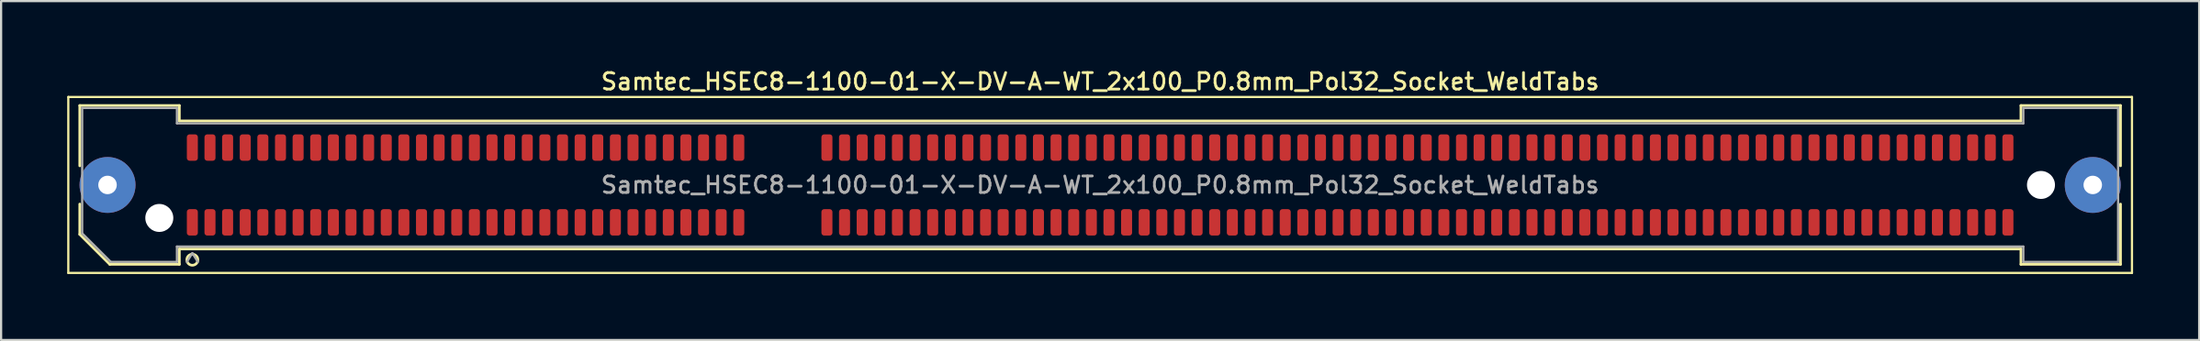
<source format=kicad_pcb>
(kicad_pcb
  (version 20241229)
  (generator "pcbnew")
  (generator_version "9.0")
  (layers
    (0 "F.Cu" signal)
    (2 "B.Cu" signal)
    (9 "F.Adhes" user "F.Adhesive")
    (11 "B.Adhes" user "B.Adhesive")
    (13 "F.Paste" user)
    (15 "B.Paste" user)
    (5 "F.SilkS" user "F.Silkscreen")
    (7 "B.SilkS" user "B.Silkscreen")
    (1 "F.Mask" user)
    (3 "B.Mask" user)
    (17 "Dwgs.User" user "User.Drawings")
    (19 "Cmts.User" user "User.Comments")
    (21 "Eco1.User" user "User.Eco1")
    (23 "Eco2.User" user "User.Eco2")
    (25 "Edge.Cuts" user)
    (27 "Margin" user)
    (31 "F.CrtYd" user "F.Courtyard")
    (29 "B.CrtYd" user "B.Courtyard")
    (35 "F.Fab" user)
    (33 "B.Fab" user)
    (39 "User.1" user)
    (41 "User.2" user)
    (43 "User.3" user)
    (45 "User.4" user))
  (footprint "Samtec_HSEC8-1100-01-X-DV-A-WT_2x100_P0.8mm_Pol32_Socket_WeldTabs"
    (layer "F.Cu")
    (at 46.88 5.358)
    (property "Reference" "Samtec_HSEC8-1100-01-X-DV-A-WT_2x100_P0.8mm_Pol32_Socket_WeldTabs" (at 0 -4.7 0) (layer "F.SilkS") (effects (font (size 0.75 0.75) (thickness 0.125))))
    (attr smd)
    (fp_line (start -46.83 -4) (end -46.83 4) (stroke (width 0.1) (type solid)) (layer "F.SilkS"))
    (fp_line (start -46.83 4) (end 46.83 4) (stroke (width 0.1) (type solid)) (layer "F.SilkS"))
    (fp_line (start -46.31 -3.61) (end -41.79 -3.61) (stroke (width 0.12) (type solid)) (layer "F.SilkS"))
    (fp_line (start -46.31 -0.868) (end -46.31 -3.61) (stroke (width 0.12) (type solid)) (layer "F.SilkS"))
    (fp_line (start -46.31 2.246) (end -46.31 0.868) (stroke (width 0.12) (type solid)) (layer "F.SilkS"))
    (fp_line (start -44.946 3.61) (end -46.31 2.246) (stroke (width 0.12) (type solid)) (layer "F.SilkS"))
    (fp_line (start -41.79 -3.61) (end -41.79 -2.91) (stroke (width 0.12) (type solid)) (layer "F.SilkS"))
    (fp_line (start -41.79 -2.91) (end 41.79 -2.91) (stroke (width 0.12) (type solid)) (layer "F.SilkS"))
    (fp_line (start -41.79 2.91) (end -41.79 3.61) (stroke (width 0.12) (type solid)) (layer "F.SilkS"))
    (fp_line (start -41.79 3.61) (end -44.946 3.61) (stroke (width 0.12) (type solid)) (layer "F.SilkS"))
    (fp_line (start 41.79 -3.61) (end 46.31 -3.61) (stroke (width 0.12) (type solid)) (layer "F.SilkS"))
    (fp_line (start 41.79 -2.91) (end 41.79 -3.61) (stroke (width 0.12) (type solid)) (layer "F.SilkS"))
    (fp_line (start 41.79 2.91) (end -41.79 2.91) (stroke (width 0.12) (type solid)) (layer "F.SilkS"))
    (fp_line (start 41.79 3.61) (end 41.79 2.91) (stroke (width 0.12) (type solid)) (layer "F.SilkS"))
    (fp_line (start 46.31 -3.61) (end 46.31 -0.868) (stroke (width 0.12) (type solid)) (layer "F.SilkS"))
    (fp_line (start 46.31 0.868) (end 46.31 3.61) (stroke (width 0.12) (type solid)) (layer "F.SilkS"))
    (fp_line (start 46.31 3.61) (end 41.79 3.61) (stroke (width 0.12) (type solid)) (layer "F.SilkS"))
    (fp_line (start 46.83 -4) (end -46.83 -4) (stroke (width 0.1) (type solid)) (layer "F.SilkS"))
    (fp_line (start 46.83 4) (end 46.83 -4) (stroke (width 0.1) (type solid)) (layer "F.SilkS"))
    (fp_arc (start -40.95 3.4) (mid -41.45 3.4) (end -40.95 3.4) (stroke (width 0.12) (type solid)) (layer "F.SilkS"))
    (fp_line (start -46.2 -3.5) (end -41.9 -3.5) (stroke (width 0.1) (type solid)) (layer "F.Fab"))
    (fp_line (start -46.2 2.2) (end -46.2 -3.5) (stroke (width 0.1) (type solid)) (layer "F.Fab"))
    (fp_line (start -44.9 3.5) (end -46.2 2.2) (stroke (width 0.1) (type solid)) (layer "F.Fab"))
    (fp_line (start -41.9 -3.5) (end -41.9 -2.8) (stroke (width 0.1) (type solid)) (layer "F.Fab"))
    (fp_line (start -41.9 -2.8) (end 41.9 -2.8) (stroke (width 0.1) (type solid)) (layer "F.Fab"))
    (fp_line (start -41.9 2.8) (end -41.9 3.5) (stroke (width 0.1) (type solid)) (layer "F.Fab"))
    (fp_line (start -41.9 3.5) (end -44.9 3.5) (stroke (width 0.1) (type solid)) (layer "F.Fab"))
    (fp_line (start -41.2 3.1) (end -41.45 3.5) (stroke (width 0.1) (type solid)) (layer "F.Fab"))
    (fp_line (start -41.2 3.1) (end -40.95 3.5) (stroke (width 0.1) (type solid)) (layer "F.Fab"))
    (fp_line (start 41.9 -3.5) (end 46.2 -3.5) (stroke (width 0.1) (type solid)) (layer "F.Fab"))
    (fp_line (start 41.9 -2.8) (end 41.9 -3.5) (stroke (width 0.1) (type solid)) (layer "F.Fab"))
    (fp_line (start 41.9 2.8) (end -41.9 2.8) (stroke (width 0.1) (type solid)) (layer "F.Fab"))
    (fp_line (start 41.9 3.5) (end 41.9 2.8) (stroke (width 0.1) (type solid)) (layer "F.Fab"))
    (fp_line (start 46.2 -3.5) (end 46.2 3.5) (stroke (width 0.1) (type solid)) (layer "F.Fab"))
    (fp_line (start 46.2 3.5) (end 41.9 3.5) (stroke (width 0.1) (type solid)) (layer "F.Fab"))
    (fp_text user "${REFERENCE}" (at 0 0 0) (layer "F.Fab") (effects (font (size 0.75 0.75) (thickness 0.125))))
    (pad "" thru_hole circle (at -45.05 0) (size 2.54 2.54) (drill 0.84) (layers "*.Cu" "*.Mask" "F.Paste"))
    (pad "" np_thru_hole circle (at -42.7 1.5) (size 1.27 1.27) (drill 1.27) (layers "*.Cu" "*.Mask"))
    (pad "" np_thru_hole circle (at 42.7 0) (size 1.27 1.27) (drill 1.27) (layers "*.Cu" "*.Mask"))
    (pad "" thru_hole circle (at 45.05 0) (size 2.54 2.54) (drill 0.84) (layers "*.Cu" "*.Mask" "F.Paste"))
    (pad "1" smd roundrect (at -41.2 1.7) (size 0.5 1.2) (layers "F.Cu" "F.Mask" "F.Paste") (roundrect_rratio 0.25))
    (pad "2" smd roundrect (at -41.2 -1.7) (size 0.5 1.2) (layers "F.Cu" "F.Mask" "F.Paste") (roundrect_rratio 0.25))
    (pad "3" smd roundrect (at -40.4 1.7) (size 0.5 1.2) (layers "F.Cu" "F.Mask" "F.Paste") (roundrect_rratio 0.25))
    (pad "4" smd roundrect (at -40.4 -1.7) (size 0.5 1.2) (layers "F.Cu" "F.Mask" "F.Paste") (roundrect_rratio 0.25))
    (pad "5" smd roundrect (at -39.6 1.7) (size 0.5 1.2) (layers "F.Cu" "F.Mask" "F.Paste") (roundrect_rratio 0.25))
    (pad "6" smd roundrect (at -39.6 -1.7) (size 0.5 1.2) (layers "F.Cu" "F.Mask" "F.Paste") (roundrect_rratio 0.25))
    (pad "7" smd roundrect (at -38.8 1.7) (size 0.5 1.2) (layers "F.Cu" "F.Mask" "F.Paste") (roundrect_rratio 0.25))
    (pad "8" smd roundrect (at -38.8 -1.7) (size 0.5 1.2) (layers "F.Cu" "F.Mask" "F.Paste") (roundrect_rratio 0.25))
    (pad "9" smd roundrect (at -38 1.7) (size 0.5 1.2) (layers "F.Cu" "F.Mask" "F.Paste") (roundrect_rratio 0.25))
    (pad "10" smd roundrect (at -38 -1.7) (size 0.5 1.2) (layers "F.Cu" "F.Mask" "F.Paste") (roundrect_rratio 0.25))
    (pad "11" smd roundrect (at -37.2 1.7) (size 0.5 1.2) (layers "F.Cu" "F.Mask" "F.Paste") (roundrect_rratio 0.25))
    (pad "12" smd roundrect (at -37.2 -1.7) (size 0.5 1.2) (layers "F.Cu" "F.Mask" "F.Paste") (roundrect_rratio 0.25))
    (pad "13" smd roundrect (at -36.4 1.7) (size 0.5 1.2) (layers "F.Cu" "F.Mask" "F.Paste") (roundrect_rratio 0.25))
    (pad "14" smd roundrect (at -36.4 -1.7) (size 0.5 1.2) (layers "F.Cu" "F.Mask" "F.Paste") (roundrect_rratio 0.25))
    (pad "15" smd roundrect (at -35.6 1.7) (size 0.5 1.2) (layers "F.Cu" "F.Mask" "F.Paste") (roundrect_rratio 0.25))
    (pad "16" smd roundrect (at -35.6 -1.7) (size 0.5 1.2) (layers "F.Cu" "F.Mask" "F.Paste") (roundrect_rratio 0.25))
    (pad "17" smd roundrect (at -34.8 1.7) (size 0.5 1.2) (layers "F.Cu" "F.Mask" "F.Paste") (roundrect_rratio 0.25))
    (pad "18" smd roundrect (at -34.8 -1.7) (size 0.5 1.2) (layers "F.Cu" "F.Mask" "F.Paste") (roundrect_rratio 0.25))
    (pad "19" smd roundrect (at -34 1.7) (size 0.5 1.2) (layers "F.Cu" "F.Mask" "F.Paste") (roundrect_rratio 0.25))
    (pad "20" smd roundrect (at -34 -1.7) (size 0.5 1.2) (layers "F.Cu" "F.Mask" "F.Paste") (roundrect_rratio 0.25))
    (pad "21" smd roundrect (at -33.2 1.7) (size 0.5 1.2) (layers "F.Cu" "F.Mask" "F.Paste") (roundrect_rratio 0.25))
    (pad "22" smd roundrect (at -33.2 -1.7) (size 0.5 1.2) (layers "F.Cu" "F.Mask" "F.Paste") (roundrect_rratio 0.25))
    (pad "23" smd roundrect (at -32.4 1.7) (size 0.5 1.2) (layers "F.Cu" "F.Mask" "F.Paste") (roundrect_rratio 0.25))
    (pad "24" smd roundrect (at -32.4 -1.7) (size 0.5 1.2) (layers "F.Cu" "F.Mask" "F.Paste") (roundrect_rratio 0.25))
    (pad "25" smd roundrect (at -31.6 1.7) (size 0.5 1.2) (layers "F.Cu" "F.Mask" "F.Paste") (roundrect_rratio 0.25))
    (pad "26" smd roundrect (at -31.6 -1.7) (size 0.5 1.2) (layers "F.Cu" "F.Mask" "F.Paste") (roundrect_rratio 0.25))
    (pad "27" smd roundrect (at -30.8 1.7) (size 0.5 1.2) (layers "F.Cu" "F.Mask" "F.Paste") (roundrect_rratio 0.25))
    (pad "28" smd roundrect (at -30.8 -1.7) (size 0.5 1.2) (layers "F.Cu" "F.Mask" "F.Paste") (roundrect_rratio 0.25))
    (pad "29" smd roundrect (at -30 1.7) (size 0.5 1.2) (layers "F.Cu" "F.Mask" "F.Paste") (roundrect_rratio 0.25))
    (pad "30" smd roundrect (at -30 -1.7) (size 0.5 1.2) (layers "F.Cu" "F.Mask" "F.Paste") (roundrect_rratio 0.25))
    (pad "31" smd roundrect (at -29.2 1.7) (size 0.5 1.2) (layers "F.Cu" "F.Mask" "F.Paste") (roundrect_rratio 0.25))
    (pad "32" smd roundrect (at -29.2 -1.7) (size 0.5 1.2) (layers "F.Cu" "F.Mask" "F.Paste") (roundrect_rratio 0.25))
    (pad "33" smd roundrect (at -28.4 1.7) (size 0.5 1.2) (layers "F.Cu" "F.Mask" "F.Paste") (roundrect_rratio 0.25))
    (pad "34" smd roundrect (at -28.4 -1.7) (size 0.5 1.2) (layers "F.Cu" "F.Mask" "F.Paste") (roundrect_rratio 0.25))
    (pad "35" smd roundrect (at -27.6 1.7) (size 0.5 1.2) (layers "F.Cu" "F.Mask" "F.Paste") (roundrect_rratio 0.25))
    (pad "36" smd roundrect (at -27.6 -1.7) (size 0.5 1.2) (layers "F.Cu" "F.Mask" "F.Paste") (roundrect_rratio 0.25))
    (pad "37" smd roundrect (at -26.8 1.7) (size 0.5 1.2) (layers "F.Cu" "F.Mask" "F.Paste") (roundrect_rratio 0.25))
    (pad "38" smd roundrect (at -26.8 -1.7) (size 0.5 1.2) (layers "F.Cu" "F.Mask" "F.Paste") (roundrect_rratio 0.25))
    (pad "39" smd roundrect (at -26 1.7) (size 0.5 1.2) (layers "F.Cu" "F.Mask" "F.Paste") (roundrect_rratio 0.25))
    (pad "40" smd roundrect (at -26 -1.7) (size 0.5 1.2) (layers "F.Cu" "F.Mask" "F.Paste") (roundrect_rratio 0.25))
    (pad "41" smd roundrect (at -25.2 1.7) (size 0.5 1.2) (layers "F.Cu" "F.Mask" "F.Paste") (roundrect_rratio 0.25))
    (pad "42" smd roundrect (at -25.2 -1.7) (size 0.5 1.2) (layers "F.Cu" "F.Mask" "F.Paste") (roundrect_rratio 0.25))
    (pad "43" smd roundrect (at -24.4 1.7) (size 0.5 1.2) (layers "F.Cu" "F.Mask" "F.Paste") (roundrect_rratio 0.25))
    (pad "44" smd roundrect (at -24.4 -1.7) (size 0.5 1.2) (layers "F.Cu" "F.Mask" "F.Paste") (roundrect_rratio 0.25))
    (pad "45" smd roundrect (at -23.6 1.7) (size 0.5 1.2) (layers "F.Cu" "F.Mask" "F.Paste") (roundrect_rratio 0.25))
    (pad "46" smd roundrect (at -23.6 -1.7) (size 0.5 1.2) (layers "F.Cu" "F.Mask" "F.Paste") (roundrect_rratio 0.25))
    (pad "47" smd roundrect (at -22.8 1.7) (size 0.5 1.2) (layers "F.Cu" "F.Mask" "F.Paste") (roundrect_rratio 0.25))
    (pad "48" smd roundrect (at -22.8 -1.7) (size 0.5 1.2) (layers "F.Cu" "F.Mask" "F.Paste") (roundrect_rratio 0.25))
    (pad "49" smd roundrect (at -22 1.7) (size 0.5 1.2) (layers "F.Cu" "F.Mask" "F.Paste") (roundrect_rratio 0.25))
    (pad "50" smd roundrect (at -22 -1.7) (size 0.5 1.2) (layers "F.Cu" "F.Mask" "F.Paste") (roundrect_rratio 0.25))
    (pad "51" smd roundrect (at -21.2 1.7) (size 0.5 1.2) (layers "F.Cu" "F.Mask" "F.Paste") (roundrect_rratio 0.25))
    (pad "52" smd roundrect (at -21.2 -1.7) (size 0.5 1.2) (layers "F.Cu" "F.Mask" "F.Paste") (roundrect_rratio 0.25))
    (pad "53" smd roundrect (at -20.4 1.7) (size 0.5 1.2) (layers "F.Cu" "F.Mask" "F.Paste") (roundrect_rratio 0.25))
    (pad "54" smd roundrect (at -20.4 -1.7) (size 0.5 1.2) (layers "F.Cu" "F.Mask" "F.Paste") (roundrect_rratio 0.25))
    (pad "55" smd roundrect (at -19.6 1.7) (size 0.5 1.2) (layers "F.Cu" "F.Mask" "F.Paste") (roundrect_rratio 0.25))
    (pad "56" smd roundrect (at -19.6 -1.7) (size 0.5 1.2) (layers "F.Cu" "F.Mask" "F.Paste") (roundrect_rratio 0.25))
    (pad "57" smd roundrect (at -18.8 1.7) (size 0.5 1.2) (layers "F.Cu" "F.Mask" "F.Paste") (roundrect_rratio 0.25))
    (pad "58" smd roundrect (at -18.8 -1.7) (size 0.5 1.2) (layers "F.Cu" "F.Mask" "F.Paste") (roundrect_rratio 0.25))
    (pad "59" smd roundrect (at -18 1.7) (size 0.5 1.2) (layers "F.Cu" "F.Mask" "F.Paste") (roundrect_rratio 0.25))
    (pad "60" smd roundrect (at -18 -1.7) (size 0.5 1.2) (layers "F.Cu" "F.Mask" "F.Paste") (roundrect_rratio 0.25))
    (pad "61" smd roundrect (at -17.2 1.7) (size 0.5 1.2) (layers "F.Cu" "F.Mask" "F.Paste") (roundrect_rratio 0.25))
    (pad "62" smd roundrect (at -17.2 -1.7) (size 0.5 1.2) (layers "F.Cu" "F.Mask" "F.Paste") (roundrect_rratio 0.25))
    (pad "63" smd roundrect (at -16.4 1.7) (size 0.5 1.2) (layers "F.Cu" "F.Mask" "F.Paste") (roundrect_rratio 0.25))
    (pad "64" smd roundrect (at -16.4 -1.7) (size 0.5 1.2) (layers "F.Cu" "F.Mask" "F.Paste") (roundrect_rratio 0.25))
    (pad "65" smd roundrect (at -12.4 1.7) (size 0.5 1.2) (layers "F.Cu" "F.Mask" "F.Paste") (roundrect_rratio 0.25))
    (pad "66" smd roundrect (at -12.4 -1.7) (size 0.5 1.2) (layers "F.Cu" "F.Mask" "F.Paste") (roundrect_rratio 0.25))
    (pad "67" smd roundrect (at -11.6 1.7) (size 0.5 1.2) (layers "F.Cu" "F.Mask" "F.Paste") (roundrect_rratio 0.25))
    (pad "68" smd roundrect (at -11.6 -1.7) (size 0.5 1.2) (layers "F.Cu" "F.Mask" "F.Paste") (roundrect_rratio 0.25))
    (pad "69" smd roundrect (at -10.8 1.7) (size 0.5 1.2) (layers "F.Cu" "F.Mask" "F.Paste") (roundrect_rratio 0.25))
    (pad "70" smd roundrect (at -10.8 -1.7) (size 0.5 1.2) (layers "F.Cu" "F.Mask" "F.Paste") (roundrect_rratio 0.25))
    (pad "71" smd roundrect (at -10 1.7) (size 0.5 1.2) (layers "F.Cu" "F.Mask" "F.Paste") (roundrect_rratio 0.25))
    (pad "72" smd roundrect (at -10 -1.7) (size 0.5 1.2) (layers "F.Cu" "F.Mask" "F.Paste") (roundrect_rratio 0.25))
    (pad "73" smd roundrect (at -9.2 1.7) (size 0.5 1.2) (layers "F.Cu" "F.Mask" "F.Paste") (roundrect_rratio 0.25))
    (pad "74" smd roundrect (at -9.2 -1.7) (size 0.5 1.2) (layers "F.Cu" "F.Mask" "F.Paste") (roundrect_rratio 0.25))
    (pad "75" smd roundrect (at -8.4 1.7) (size 0.5 1.2) (layers "F.Cu" "F.Mask" "F.Paste") (roundrect_rratio 0.25))
    (pad "76" smd roundrect (at -8.4 -1.7) (size 0.5 1.2) (layers "F.Cu" "F.Mask" "F.Paste") (roundrect_rratio 0.25))
    (pad "77" smd roundrect (at -7.6 1.7) (size 0.5 1.2) (layers "F.Cu" "F.Mask" "F.Paste") (roundrect_rratio 0.25))
    (pad "78" smd roundrect (at -7.6 -1.7) (size 0.5 1.2) (layers "F.Cu" "F.Mask" "F.Paste") (roundrect_rratio 0.25))
    (pad "79" smd roundrect (at -6.8 1.7) (size 0.5 1.2) (layers "F.Cu" "F.Mask" "F.Paste") (roundrect_rratio 0.25))
    (pad "80" smd roundrect (at -6.8 -1.7) (size 0.5 1.2) (layers "F.Cu" "F.Mask" "F.Paste") (roundrect_rratio 0.25))
    (pad "81" smd roundrect (at -6 1.7) (size 0.5 1.2) (layers "F.Cu" "F.Mask" "F.Paste") (roundrect_rratio 0.25))
    (pad "82" smd roundrect (at -6 -1.7) (size 0.5 1.2) (layers "F.Cu" "F.Mask" "F.Paste") (roundrect_rratio 0.25))
    (pad "83" smd roundrect (at -5.2 1.7) (size 0.5 1.2) (layers "F.Cu" "F.Mask" "F.Paste") (roundrect_rratio 0.25))
    (pad "84" smd roundrect (at -5.2 -1.7) (size 0.5 1.2) (layers "F.Cu" "F.Mask" "F.Paste") (roundrect_rratio 0.25))
    (pad "85" smd roundrect (at -4.4 1.7) (size 0.5 1.2) (layers "F.Cu" "F.Mask" "F.Paste") (roundrect_rratio 0.25))
    (pad "86" smd roundrect (at -4.4 -1.7) (size 0.5 1.2) (layers "F.Cu" "F.Mask" "F.Paste") (roundrect_rratio 0.25))
    (pad "87" smd roundrect (at -3.6 1.7) (size 0.5 1.2) (layers "F.Cu" "F.Mask" "F.Paste") (roundrect_rratio 0.25))
    (pad "88" smd roundrect (at -3.6 -1.7) (size 0.5 1.2) (layers "F.Cu" "F.Mask" "F.Paste") (roundrect_rratio 0.25))
    (pad "89" smd roundrect (at -2.8 1.7) (size 0.5 1.2) (layers "F.Cu" "F.Mask" "F.Paste") (roundrect_rratio 0.25))
    (pad "90" smd roundrect (at -2.8 -1.7) (size 0.5 1.2) (layers "F.Cu" "F.Mask" "F.Paste") (roundrect_rratio 0.25))
    (pad "91" smd roundrect (at -2 1.7) (size 0.5 1.2) (layers "F.Cu" "F.Mask" "F.Paste") (roundrect_rratio 0.25))
    (pad "92" smd roundrect (at -2 -1.7) (size 0.5 1.2) (layers "F.Cu" "F.Mask" "F.Paste") (roundrect_rratio 0.25))
    (pad "93" smd roundrect (at -1.2 1.7) (size 0.5 1.2) (layers "F.Cu" "F.Mask" "F.Paste") (roundrect_rratio 0.25))
    (pad "94" smd roundrect (at -1.2 -1.7) (size 0.5 1.2) (layers "F.Cu" "F.Mask" "F.Paste") (roundrect_rratio 0.25))
    (pad "95" smd roundrect (at -0.4 1.7) (size 0.5 1.2) (layers "F.Cu" "F.Mask" "F.Paste") (roundrect_rratio 0.25))
    (pad "96" smd roundrect (at -0.4 -1.7) (size 0.5 1.2) (layers "F.Cu" "F.Mask" "F.Paste") (roundrect_rratio 0.25))
    (pad "97" smd roundrect (at 0.4 1.7) (size 0.5 1.2) (layers "F.Cu" "F.Mask" "F.Paste") (roundrect_rratio 0.25))
    (pad "98" smd roundrect (at 0.4 -1.7) (size 0.5 1.2) (layers "F.Cu" "F.Mask" "F.Paste") (roundrect_rratio 0.25))
    (pad "99" smd roundrect (at 1.2 1.7) (size 0.5 1.2) (layers "F.Cu" "F.Mask" "F.Paste") (roundrect_rratio 0.25))
    (pad "100" smd roundrect (at 1.2 -1.7) (size 0.5 1.2) (layers "F.Cu" "F.Mask" "F.Paste") (roundrect_rratio 0.25))
    (pad "101" smd roundrect (at 2 1.7) (size 0.5 1.2) (layers "F.Cu" "F.Mask" "F.Paste") (roundrect_rratio 0.25))
    (pad "102" smd roundrect (at 2 -1.7) (size 0.5 1.2) (layers "F.Cu" "F.Mask" "F.Paste") (roundrect_rratio 0.25))
    (pad "103" smd roundrect (at 2.8 1.7) (size 0.5 1.2) (layers "F.Cu" "F.Mask" "F.Paste") (roundrect_rratio 0.25))
    (pad "104" smd roundrect (at 2.8 -1.7) (size 0.5 1.2) (layers "F.Cu" "F.Mask" "F.Paste") (roundrect_rratio 0.25))
    (pad "105" smd roundrect (at 3.6 1.7) (size 0.5 1.2) (layers "F.Cu" "F.Mask" "F.Paste") (roundrect_rratio 0.25))
    (pad "106" smd roundrect (at 3.6 -1.7) (size 0.5 1.2) (layers "F.Cu" "F.Mask" "F.Paste") (roundrect_rratio 0.25))
    (pad "107" smd roundrect (at 4.4 1.7) (size 0.5 1.2) (layers "F.Cu" "F.Mask" "F.Paste") (roundrect_rratio 0.25))
    (pad "108" smd roundrect (at 4.4 -1.7) (size 0.5 1.2) (layers "F.Cu" "F.Mask" "F.Paste") (roundrect_rratio 0.25))
    (pad "109" smd roundrect (at 5.2 1.7) (size 0.5 1.2) (layers "F.Cu" "F.Mask" "F.Paste") (roundrect_rratio 0.25))
    (pad "110" smd roundrect (at 5.2 -1.7) (size 0.5 1.2) (layers "F.Cu" "F.Mask" "F.Paste") (roundrect_rratio 0.25))
    (pad "111" smd roundrect (at 6 1.7) (size 0.5 1.2) (layers "F.Cu" "F.Mask" "F.Paste") (roundrect_rratio 0.25))
    (pad "112" smd roundrect (at 6 -1.7) (size 0.5 1.2) (layers "F.Cu" "F.Mask" "F.Paste") (roundrect_rratio 0.25))
    (pad "113" smd roundrect (at 6.8 1.7) (size 0.5 1.2) (layers "F.Cu" "F.Mask" "F.Paste") (roundrect_rratio 0.25))
    (pad "114" smd roundrect (at 6.8 -1.7) (size 0.5 1.2) (layers "F.Cu" "F.Mask" "F.Paste") (roundrect_rratio 0.25))
    (pad "115" smd roundrect (at 7.6 1.7) (size 0.5 1.2) (layers "F.Cu" "F.Mask" "F.Paste") (roundrect_rratio 0.25))
    (pad "116" smd roundrect (at 7.6 -1.7) (size 0.5 1.2) (layers "F.Cu" "F.Mask" "F.Paste") (roundrect_rratio 0.25))
    (pad "117" smd roundrect (at 8.4 1.7) (size 0.5 1.2) (layers "F.Cu" "F.Mask" "F.Paste") (roundrect_rratio 0.25))
    (pad "118" smd roundrect (at 8.4 -1.7) (size 0.5 1.2) (layers "F.Cu" "F.Mask" "F.Paste") (roundrect_rratio 0.25))
    (pad "119" smd roundrect (at 9.2 1.7) (size 0.5 1.2) (layers "F.Cu" "F.Mask" "F.Paste") (roundrect_rratio 0.25))
    (pad "120" smd roundrect (at 9.2 -1.7) (size 0.5 1.2) (layers "F.Cu" "F.Mask" "F.Paste") (roundrect_rratio 0.25))
    (pad "121" smd roundrect (at 10 1.7) (size 0.5 1.2) (layers "F.Cu" "F.Mask" "F.Paste") (roundrect_rratio 0.25))
    (pad "122" smd roundrect (at 10 -1.7) (size 0.5 1.2) (layers "F.Cu" "F.Mask" "F.Paste") (roundrect_rratio 0.25))
    (pad "123" smd roundrect (at 10.8 1.7) (size 0.5 1.2) (layers "F.Cu" "F.Mask" "F.Paste") (roundrect_rratio 0.25))
    (pad "124" smd roundrect (at 10.8 -1.7) (size 0.5 1.2) (layers "F.Cu" "F.Mask" "F.Paste") (roundrect_rratio 0.25))
    (pad "125" smd roundrect (at 11.6 1.7) (size 0.5 1.2) (layers "F.Cu" "F.Mask" "F.Paste") (roundrect_rratio 0.25))
    (pad "126" smd roundrect (at 11.6 -1.7) (size 0.5 1.2) (layers "F.Cu" "F.Mask" "F.Paste") (roundrect_rratio 0.25))
    (pad "127" smd roundrect (at 12.4 1.7) (size 0.5 1.2) (layers "F.Cu" "F.Mask" "F.Paste") (roundrect_rratio 0.25))
    (pad "128" smd roundrect (at 12.4 -1.7) (size 0.5 1.2) (layers "F.Cu" "F.Mask" "F.Paste") (roundrect_rratio 0.25))
    (pad "129" smd roundrect (at 13.2 1.7) (size 0.5 1.2) (layers "F.Cu" "F.Mask" "F.Paste") (roundrect_rratio 0.25))
    (pad "130" smd roundrect (at 13.2 -1.7) (size 0.5 1.2) (layers "F.Cu" "F.Mask" "F.Paste") (roundrect_rratio 0.25))
    (pad "131" smd roundrect (at 14 1.7) (size 0.5 1.2) (layers "F.Cu" "F.Mask" "F.Paste") (roundrect_rratio 0.25))
    (pad "132" smd roundrect (at 14 -1.7) (size 0.5 1.2) (layers "F.Cu" "F.Mask" "F.Paste") (roundrect_rratio 0.25))
    (pad "133" smd roundrect (at 14.8 1.7) (size 0.5 1.2) (layers "F.Cu" "F.Mask" "F.Paste") (roundrect_rratio 0.25))
    (pad "134" smd roundrect (at 14.8 -1.7) (size 0.5 1.2) (layers "F.Cu" "F.Mask" "F.Paste") (roundrect_rratio 0.25))
    (pad "135" smd roundrect (at 15.6 1.7) (size 0.5 1.2) (layers "F.Cu" "F.Mask" "F.Paste") (roundrect_rratio 0.25))
    (pad "136" smd roundrect (at 15.6 -1.7) (size 0.5 1.2) (layers "F.Cu" "F.Mask" "F.Paste") (roundrect_rratio 0.25))
    (pad "137" smd roundrect (at 16.4 1.7) (size 0.5 1.2) (layers "F.Cu" "F.Mask" "F.Paste") (roundrect_rratio 0.25))
    (pad "138" smd roundrect (at 16.4 -1.7) (size 0.5 1.2) (layers "F.Cu" "F.Mask" "F.Paste") (roundrect_rratio 0.25))
    (pad "139" smd roundrect (at 17.2 1.7) (size 0.5 1.2) (layers "F.Cu" "F.Mask" "F.Paste") (roundrect_rratio 0.25))
    (pad "140" smd roundrect (at 17.2 -1.7) (size 0.5 1.2) (layers "F.Cu" "F.Mask" "F.Paste") (roundrect_rratio 0.25))
    (pad "141" smd roundrect (at 18 1.7) (size 0.5 1.2) (layers "F.Cu" "F.Mask" "F.Paste") (roundrect_rratio 0.25))
    (pad "142" smd roundrect (at 18 -1.7) (size 0.5 1.2) (layers "F.Cu" "F.Mask" "F.Paste") (roundrect_rratio 0.25))
    (pad "143" smd roundrect (at 18.8 1.7) (size 0.5 1.2) (layers "F.Cu" "F.Mask" "F.Paste") (roundrect_rratio 0.25))
    (pad "144" smd roundrect (at 18.8 -1.7) (size 0.5 1.2) (layers "F.Cu" "F.Mask" "F.Paste") (roundrect_rratio 0.25))
    (pad "145" smd roundrect (at 19.6 1.7) (size 0.5 1.2) (layers "F.Cu" "F.Mask" "F.Paste") (roundrect_rratio 0.25))
    (pad "146" smd roundrect (at 19.6 -1.7) (size 0.5 1.2) (layers "F.Cu" "F.Mask" "F.Paste") (roundrect_rratio 0.25))
    (pad "147" smd roundrect (at 20.4 1.7) (size 0.5 1.2) (layers "F.Cu" "F.Mask" "F.Paste") (roundrect_rratio 0.25))
    (pad "148" smd roundrect (at 20.4 -1.7) (size 0.5 1.2) (layers "F.Cu" "F.Mask" "F.Paste") (roundrect_rratio 0.25))
    (pad "149" smd roundrect (at 21.2 1.7) (size 0.5 1.2) (layers "F.Cu" "F.Mask" "F.Paste") (roundrect_rratio 0.25))
    (pad "150" smd roundrect (at 21.2 -1.7) (size 0.5 1.2) (layers "F.Cu" "F.Mask" "F.Paste") (roundrect_rratio 0.25))
    (pad "151" smd roundrect (at 22 1.7) (size 0.5 1.2) (layers "F.Cu" "F.Mask" "F.Paste") (roundrect_rratio 0.25))
    (pad "152" smd roundrect (at 22 -1.7) (size 0.5 1.2) (layers "F.Cu" "F.Mask" "F.Paste") (roundrect_rratio 0.25))
    (pad "153" smd roundrect (at 22.8 1.7) (size 0.5 1.2) (layers "F.Cu" "F.Mask" "F.Paste") (roundrect_rratio 0.25))
    (pad "154" smd roundrect (at 22.8 -1.7) (size 0.5 1.2) (layers "F.Cu" "F.Mask" "F.Paste") (roundrect_rratio 0.25))
    (pad "155" smd roundrect (at 23.6 1.7) (size 0.5 1.2) (layers "F.Cu" "F.Mask" "F.Paste") (roundrect_rratio 0.25))
    (pad "156" smd roundrect (at 23.6 -1.7) (size 0.5 1.2) (layers "F.Cu" "F.Mask" "F.Paste") (roundrect_rratio 0.25))
    (pad "157" smd roundrect (at 24.4 1.7) (size 0.5 1.2) (layers "F.Cu" "F.Mask" "F.Paste") (roundrect_rratio 0.25))
    (pad "158" smd roundrect (at 24.4 -1.7) (size 0.5 1.2) (layers "F.Cu" "F.Mask" "F.Paste") (roundrect_rratio 0.25))
    (pad "159" smd roundrect (at 25.2 1.7) (size 0.5 1.2) (layers "F.Cu" "F.Mask" "F.Paste") (roundrect_rratio 0.25))
    (pad "160" smd roundrect (at 25.2 -1.7) (size 0.5 1.2) (layers "F.Cu" "F.Mask" "F.Paste") (roundrect_rratio 0.25))
    (pad "161" smd roundrect (at 26 1.7) (size 0.5 1.2) (layers "F.Cu" "F.Mask" "F.Paste") (roundrect_rratio 0.25))
    (pad "162" smd roundrect (at 26 -1.7) (size 0.5 1.2) (layers "F.Cu" "F.Mask" "F.Paste") (roundrect_rratio 0.25))
    (pad "163" smd roundrect (at 26.8 1.7) (size 0.5 1.2) (layers "F.Cu" "F.Mask" "F.Paste") (roundrect_rratio 0.25))
    (pad "164" smd roundrect (at 26.8 -1.7) (size 0.5 1.2) (layers "F.Cu" "F.Mask" "F.Paste") (roundrect_rratio 0.25))
    (pad "165" smd roundrect (at 27.6 1.7) (size 0.5 1.2) (layers "F.Cu" "F.Mask" "F.Paste") (roundrect_rratio 0.25))
    (pad "166" smd roundrect (at 27.6 -1.7) (size 0.5 1.2) (layers "F.Cu" "F.Mask" "F.Paste") (roundrect_rratio 0.25))
    (pad "167" smd roundrect (at 28.4 1.7) (size 0.5 1.2) (layers "F.Cu" "F.Mask" "F.Paste") (roundrect_rratio 0.25))
    (pad "168" smd roundrect (at 28.4 -1.7) (size 0.5 1.2) (layers "F.Cu" "F.Mask" "F.Paste") (roundrect_rratio 0.25))
    (pad "169" smd roundrect (at 29.2 1.7) (size 0.5 1.2) (layers "F.Cu" "F.Mask" "F.Paste") (roundrect_rratio 0.25))
    (pad "170" smd roundrect (at 29.2 -1.7) (size 0.5 1.2) (layers "F.Cu" "F.Mask" "F.Paste") (roundrect_rratio 0.25))
    (pad "171" smd roundrect (at 30 1.7) (size 0.5 1.2) (layers "F.Cu" "F.Mask" "F.Paste") (roundrect_rratio 0.25))
    (pad "172" smd roundrect (at 30 -1.7) (size 0.5 1.2) (layers "F.Cu" "F.Mask" "F.Paste") (roundrect_rratio 0.25))
    (pad "173" smd roundrect (at 30.8 1.7) (size 0.5 1.2) (layers "F.Cu" "F.Mask" "F.Paste") (roundrect_rratio 0.25))
    (pad "174" smd roundrect (at 30.8 -1.7) (size 0.5 1.2) (layers "F.Cu" "F.Mask" "F.Paste") (roundrect_rratio 0.25))
    (pad "175" smd roundrect (at 31.6 1.7) (size 0.5 1.2) (layers "F.Cu" "F.Mask" "F.Paste") (roundrect_rratio 0.25))
    (pad "176" smd roundrect (at 31.6 -1.7) (size 0.5 1.2) (layers "F.Cu" "F.Mask" "F.Paste") (roundrect_rratio 0.25))
    (pad "177" smd roundrect (at 32.4 1.7) (size 0.5 1.2) (layers "F.Cu" "F.Mask" "F.Paste") (roundrect_rratio 0.25))
    (pad "178" smd roundrect (at 32.4 -1.7) (size 0.5 1.2) (layers "F.Cu" "F.Mask" "F.Paste") (roundrect_rratio 0.25))
    (pad "179" smd roundrect (at 33.2 1.7) (size 0.5 1.2) (layers "F.Cu" "F.Mask" "F.Paste") (roundrect_rratio 0.25))
    (pad "180" smd roundrect (at 33.2 -1.7) (size 0.5 1.2) (layers "F.Cu" "F.Mask" "F.Paste") (roundrect_rratio 0.25))
    (pad "181" smd roundrect (at 34 1.7) (size 0.5 1.2) (layers "F.Cu" "F.Mask" "F.Paste") (roundrect_rratio 0.25))
    (pad "182" smd roundrect (at 34 -1.7) (size 0.5 1.2) (layers "F.Cu" "F.Mask" "F.Paste") (roundrect_rratio 0.25))
    (pad "183" smd roundrect (at 34.8 1.7) (size 0.5 1.2) (layers "F.Cu" "F.Mask" "F.Paste") (roundrect_rratio 0.25))
    (pad "184" smd roundrect (at 34.8 -1.7) (size 0.5 1.2) (layers "F.Cu" "F.Mask" "F.Paste") (roundrect_rratio 0.25))
    (pad "185" smd roundrect (at 35.6 1.7) (size 0.5 1.2) (layers "F.Cu" "F.Mask" "F.Paste") (roundrect_rratio 0.25))
    (pad "186" smd roundrect (at 35.6 -1.7) (size 0.5 1.2) (layers "F.Cu" "F.Mask" "F.Paste") (roundrect_rratio 0.25))
    (pad "187" smd roundrect (at 36.4 1.7) (size 0.5 1.2) (layers "F.Cu" "F.Mask" "F.Paste") (roundrect_rratio 0.25))
    (pad "188" smd roundrect (at 36.4 -1.7) (size 0.5 1.2) (layers "F.Cu" "F.Mask" "F.Paste") (roundrect_rratio 0.25))
    (pad "189" smd roundrect (at 37.2 1.7) (size 0.5 1.2) (layers "F.Cu" "F.Mask" "F.Paste") (roundrect_rratio 0.25))
    (pad "190" smd roundrect (at 37.2 -1.7) (size 0.5 1.2) (layers "F.Cu" "F.Mask" "F.Paste") (roundrect_rratio 0.25))
    (pad "191" smd roundrect (at 38 1.7) (size 0.5 1.2) (layers "F.Cu" "F.Mask" "F.Paste") (roundrect_rratio 0.25))
    (pad "192" smd roundrect (at 38 -1.7) (size 0.5 1.2) (layers "F.Cu" "F.Mask" "F.Paste") (roundrect_rratio 0.25))
    (pad "193" smd roundrect (at 38.8 1.7) (size 0.5 1.2) (layers "F.Cu" "F.Mask" "F.Paste") (roundrect_rratio 0.25))
    (pad "194" smd roundrect (at 38.8 -1.7) (size 0.5 1.2) (layers "F.Cu" "F.Mask" "F.Paste") (roundrect_rratio 0.25))
    (pad "195" smd roundrect (at 39.6 1.7) (size 0.5 1.2) (layers "F.Cu" "F.Mask" "F.Paste") (roundrect_rratio 0.25))
    (pad "196" smd roundrect (at 39.6 -1.7) (size 0.5 1.2) (layers "F.Cu" "F.Mask" "F.Paste") (roundrect_rratio 0.25))
    (pad "197" smd roundrect (at 40.4 1.7) (size 0.5 1.2) (layers "F.Cu" "F.Mask" "F.Paste") (roundrect_rratio 0.25))
    (pad "198" smd roundrect (at 40.4 -1.7) (size 0.5 1.2) (layers "F.Cu" "F.Mask" "F.Paste") (roundrect_rratio 0.25))
    (pad "199" smd roundrect (at 41.2 1.7) (size 0.5 1.2) (layers "F.Cu" "F.Mask" "F.Paste") (roundrect_rratio 0.25))
    (pad "200" smd roundrect (at 41.2 -1.7) (size 0.5 1.2) (layers "F.Cu" "F.Mask" "F.Paste") (roundrect_rratio 0.25)))
  (gr_rect
    (start -3 -3)
    (end 96.76 12.408)
    (stroke (width 0.1) (type default))
    (fill no)
    (layer "Edge.Cuts")))
</source>
